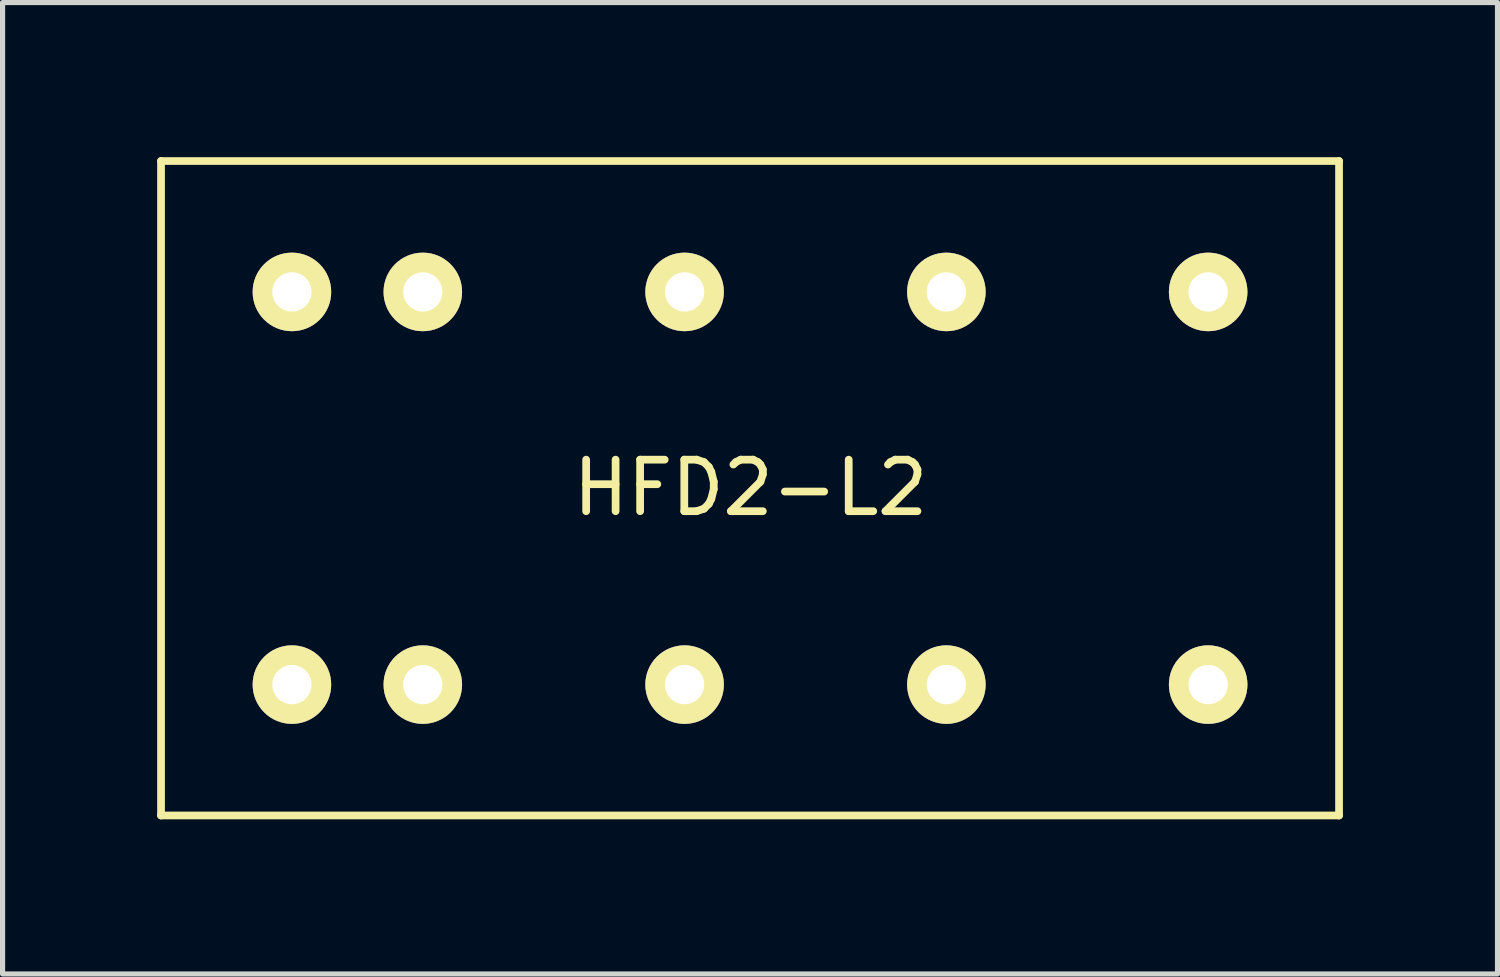
<source format=kicad_pcb>
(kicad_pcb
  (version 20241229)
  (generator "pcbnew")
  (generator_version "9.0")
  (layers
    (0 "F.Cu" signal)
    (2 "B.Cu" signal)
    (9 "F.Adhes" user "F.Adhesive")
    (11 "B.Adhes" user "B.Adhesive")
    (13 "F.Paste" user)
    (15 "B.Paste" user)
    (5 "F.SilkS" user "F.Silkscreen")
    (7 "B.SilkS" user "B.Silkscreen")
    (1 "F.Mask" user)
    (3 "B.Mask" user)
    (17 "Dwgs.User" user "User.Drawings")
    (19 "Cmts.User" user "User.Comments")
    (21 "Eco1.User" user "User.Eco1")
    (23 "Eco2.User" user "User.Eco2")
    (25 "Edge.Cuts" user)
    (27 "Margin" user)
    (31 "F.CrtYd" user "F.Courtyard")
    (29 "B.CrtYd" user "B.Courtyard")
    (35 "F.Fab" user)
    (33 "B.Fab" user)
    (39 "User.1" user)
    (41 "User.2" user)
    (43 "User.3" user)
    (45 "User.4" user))
  (footprint "HFD2-L2"
    (layer "F.Cu")
    (at 11.505 6.425)
    (property "Reference" "HFD2-L2" (at 0.01 -0.01 0) (layer "F.SilkS") (effects (font (size 1 1) (thickness 0.15))))
    (attr through_hole)
    (fp_line (start -11.43 -6.35) (end 11.43 -6.35) (stroke (width 0.15) (type solid)) (layer "F.SilkS"))
    (fp_line (start -11.43 6.35) (end -11.43 -6.35) (stroke (width 0.15) (type solid)) (layer "F.SilkS"))
    (fp_line (start 11.43 -6.35) (end 11.43 6.35) (stroke (width 0.15) (type solid)) (layer "F.SilkS"))
    (fp_line (start 11.43 6.35) (end -11.43 6.35) (stroke (width 0.15) (type solid)) (layer "F.SilkS"))
    (pad "1" thru_hole circle (at -8.89 3.81) (size 1.524 1.524) (drill 0.762) (layers "*.Cu" "*.Mask" "F.SilkS"))
    (pad "2" thru_hole circle (at -6.35 3.81) (size 1.524 1.524) (drill 0.762) (layers "*.Cu" "*.Mask" "F.SilkS"))
    (pad "4" thru_hole circle (at -1.27 3.81) (size 1.524 1.524) (drill 0.762) (layers "*.Cu" "*.Mask" "F.SilkS"))
    (pad "6" thru_hole circle (at 3.81 3.81) (size 1.524 1.524) (drill 0.762) (layers "*.Cu" "*.Mask" "F.SilkS"))
    (pad "8" thru_hole circle (at 8.89 3.81) (size 1.524 1.524) (drill 0.762) (layers "*.Cu" "*.Mask" "F.SilkS"))
    (pad "9" thru_hole circle (at 8.89 -3.81) (size 1.524 1.524) (drill 0.762) (layers "*.Cu" "*.Mask" "F.SilkS"))
    (pad "11" thru_hole circle (at 3.81 -3.81) (size 1.524 1.524) (drill 0.762) (layers "*.Cu" "*.Mask" "F.SilkS"))
    (pad "13" thru_hole circle (at -1.27 -3.81) (size 1.524 1.524) (drill 0.762) (layers "*.Cu" "*.Mask" "F.SilkS"))
    (pad "15" thru_hole circle (at -6.35 -3.81) (size 1.524 1.524) (drill 0.762) (layers "*.Cu" "*.Mask" "F.SilkS"))
    (pad "16" thru_hole circle (at -8.89 -3.81) (size 1.524 1.524) (drill 0.762) (layers "*.Cu" "*.Mask" "F.SilkS")))
  (gr_rect
    (start -3 -3)
    (end 26.01 15.85)
    (stroke (width 0.1) (type default))
    (fill no)
    (layer "Edge.Cuts")))
</source>
